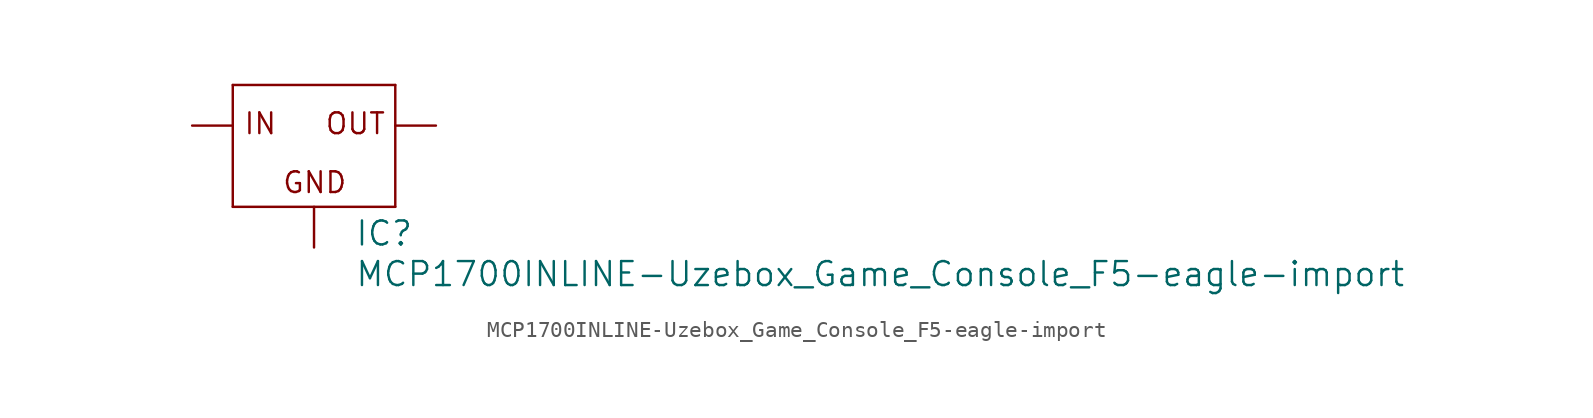
<source format=kicad_sym>
(kicad_symbol_lib
  (version 20231120)
  (generator "kicad_symbol_editor")
  (generator_version "8.0")
  (symbol "MCP1700INLINE-Uzebox_Game_Console_F5-eagle-import"
    (pin_names
      (offset 1.016))
    (property "Reference" "IC"
      (at 2.54 -7.62 0)
      (effects (font (size 1.499 1.499)) (justify left bottom)))
    (property "Value" "MCP1700INLINE-Uzebox_Game_Console_F5-eagle-import"
      (at 2.54 -10.16 0)
      (effects (font (size 1.499 1.499)) (justify left bottom)))
    (property "ki_locked" ""
      (at 0 0 0)
      (effects (font (size 1.27 1.27))))
    (symbol "MCP1700INLINE-Uzebox_Game_Console_F5-eagle-import_1_0"
      (polyline (pts (xy -5.08 -5.08) (xy 5.08 -5.08)) (stroke (width 0) (type solid)) (fill (type none)))
      (polyline (pts (xy -5.08 2.54) (xy -5.08 -5.08)) (stroke (width 0) (type solid)) (fill (type none)))
      (polyline (pts (xy 5.08 -5.08) (xy 5.08 2.54)) (stroke (width 0) (type solid)) (fill (type none)))
      (polyline (pts (xy 5.08 2.54) (xy -5.08 2.54)) (stroke (width 0) (type solid)) (fill (type none)))
      (text "GND" (at -2.032 -4.318 0) (effects (font (size 1.295 1.295)) (justify left bottom)))
      (text "IN" (at -4.445 -0.635 0) (effects (font (size 1.295 1.295)) (justify left bottom)))
      (text "OUT" (at 0.635 -0.635 0) (effects (font (size 1.295 1.295)) (justify left bottom)))
      (pin input line (at 0 -7.62 90) (length 2.54) (name "GND" (effects (font (size 0 0)))) (number "1" (effects (font (size 0 0)))))
      (pin input line (at -7.62 0 0) (length 2.54) (name "IN" (effects (font (size 0 0)))) (number "2" (effects (font (size 0 0)))))
      (pin passive line (at 7.62 0 180) (length 2.54) (name "OUT" (effects (font (size 0 0)))) (number "3" (effects (font (size 0 0))))))))
</source>
